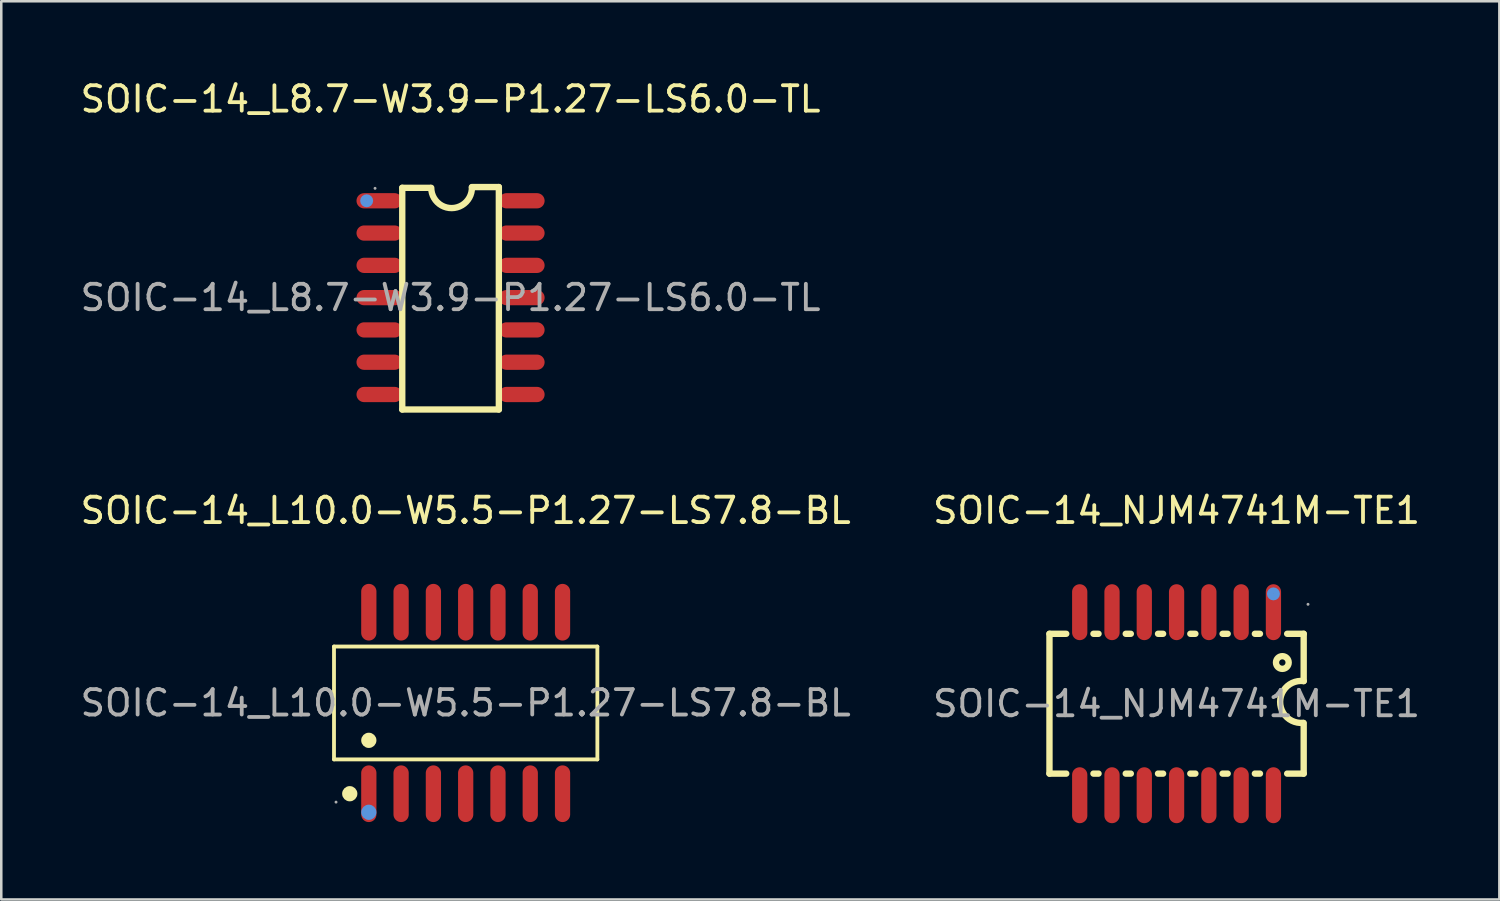
<source format=kicad_pcb>
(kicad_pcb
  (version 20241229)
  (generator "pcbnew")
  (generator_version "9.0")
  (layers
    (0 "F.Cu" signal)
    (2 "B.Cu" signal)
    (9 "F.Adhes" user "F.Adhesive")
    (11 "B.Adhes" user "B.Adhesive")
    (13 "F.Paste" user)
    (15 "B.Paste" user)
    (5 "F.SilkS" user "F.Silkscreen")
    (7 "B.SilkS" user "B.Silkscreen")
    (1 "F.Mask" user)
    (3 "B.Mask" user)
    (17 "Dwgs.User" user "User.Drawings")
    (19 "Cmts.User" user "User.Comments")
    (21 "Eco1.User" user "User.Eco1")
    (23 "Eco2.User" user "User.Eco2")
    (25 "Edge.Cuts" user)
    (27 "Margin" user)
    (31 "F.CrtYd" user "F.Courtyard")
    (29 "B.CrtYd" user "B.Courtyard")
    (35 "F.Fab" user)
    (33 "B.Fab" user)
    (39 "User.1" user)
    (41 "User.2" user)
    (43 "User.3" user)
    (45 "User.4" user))
  (footprint "SOIC-14_L10.0-W5.5-P1.27-LS7.8-BL"
    (layer "F.Cu")
    (at 15.268 24.602)
    (property "Reference" "SOIC-14_L10.0-W5.5-P1.27-LS7.8-BL" (at 0 -7.57 0) (layer "F.SilkS") (effects (font (size 1 1) (thickness 0.15))))
    (attr through_hole)
    (fp_line (start -5.18 -2.22) (end 5.18 -2.22) (stroke (width 0.15) (type solid)) (layer "F.SilkS"))
    (fp_line (start -5.18 2.22) (end -5.18 -2.22) (stroke (width 0.15) (type solid)) (layer "F.SilkS"))
    (fp_line (start 5.18 -2.22) (end 5.18 2.22) (stroke (width 0.15) (type solid)) (layer "F.SilkS"))
    (fp_line (start 5.18 2.22) (end -5.18 2.22) (stroke (width 0.15) (type solid)) (layer "F.SilkS"))
    (fp_circle (center -4.56 3.57) (end -4.41 3.57) (stroke (width 0.3) (type solid)) (fill no) (layer "F.SilkS"))
    (fp_circle (center -3.81 1.47) (end -3.66 1.47) (stroke (width 0.3) (type solid)) (fill no) (layer "F.SilkS"))
    (fp_circle (center -3.81 4.3) (end -3.66 4.3) (stroke (width 0.3) (type solid)) (fill no) (layer "Cmts.User"))
    (fp_circle (center -5.1 3.9) (end -5.07 3.9) (stroke (width 0.06) (type solid)) (fill no) (layer "F.Fab"))
    (fp_text user "${REFERENCE}" (at 0 0 0) (layer "F.Fab") (effects (font (size 1 1) (thickness 0.15))))
    (pad "1" smd oval (at -3.81 3.57) (size 0.6 2.23) (layers "F.Cu" "F.Mask" "F.Paste"))
    (pad "2" smd oval (at -2.54 3.57) (size 0.6 2.23) (layers "F.Cu" "F.Mask" "F.Paste"))
    (pad "3" smd oval (at -1.27 3.57) (size 0.6 2.23) (layers "F.Cu" "F.Mask" "F.Paste"))
    (pad "4" smd oval (at 0 3.57) (size 0.6 2.23) (layers "F.Cu" "F.Mask" "F.Paste"))
    (pad "5" smd oval (at 1.27 3.57) (size 0.6 2.23) (layers "F.Cu" "F.Mask" "F.Paste"))
    (pad "6" smd oval (at 2.54 3.57) (size 0.6 2.23) (layers "F.Cu" "F.Mask" "F.Paste"))
    (pad "7" smd oval (at 3.81 3.57) (size 0.6 2.23) (layers "F.Cu" "F.Mask" "F.Paste"))
    (pad "8" smd oval (at 3.81 -3.57) (size 0.6 2.23) (layers "F.Cu" "F.Mask" "F.Paste"))
    (pad "9" smd oval (at 2.54 -3.57) (size 0.6 2.23) (layers "F.Cu" "F.Mask" "F.Paste"))
    (pad "10" smd oval (at 1.27 -3.57) (size 0.6 2.23) (layers "F.Cu" "F.Mask" "F.Paste"))
    (pad "11" smd oval (at 0 -3.57) (size 0.6 2.23) (layers "F.Cu" "F.Mask" "F.Paste"))
    (pad "12" smd oval (at -1.27 -3.57) (size 0.6 2.23) (layers "F.Cu" "F.Mask" "F.Paste"))
    (pad "13" smd oval (at -2.54 -3.57) (size 0.6 2.23) (layers "F.Cu" "F.Mask" "F.Paste"))
    (pad "14" smd oval (at -3.81 -3.57) (size 0.6 2.23) (layers "F.Cu" "F.Mask" "F.Paste")))
  (footprint "SOIC-14_L8.7-W3.9-P1.27-LS6.0-TL"
    (layer "F.Cu")
    (at 14.673 8.658)
    (property "Reference" "SOIC-14_L8.7-W3.9-P1.27-LS6.0-TL" (at 0 -7.81 0) (layer "F.SilkS") (effects (font (size 1 1) (thickness 0.15))))
    (attr through_hole)
    (fp_line (start -1.9 -4.32) (end -0.81 -4.32) (stroke (width 0.25) (type solid)) (layer "F.SilkS"))
    (fp_line (start -1.9 4.4) (end -1.9 -4.32) (stroke (width 0.25) (type solid)) (layer "F.SilkS"))
    (fp_line (start 0.84 -4.35) (end 1.9 -4.35) (stroke (width 0.25) (type solid)) (layer "F.SilkS"))
    (fp_line (start 1.9 -4.35) (end 1.9 4.4) (stroke (width 0.25) (type solid)) (layer "F.SilkS"))
    (fp_line (start 1.9 4.4) (end -1.9 4.4) (stroke (width 0.25) (type solid)) (layer "F.SilkS"))
    (fp_arc (start 0.84 -4.34) (mid 0.05 -3.53) (end -0.76 -4.32) (stroke (width 0.25) (type solid)) (layer "F.SilkS"))
    (fp_circle (center -3.3 -3.81) (end -3.17 -3.81) (stroke (width 0.25) (type solid)) (fill no) (layer "Cmts.User"))
    (fp_circle (center -2.97 -4.3) (end -2.94 -4.3) (stroke (width 0.06) (type solid)) (fill no) (layer "F.Fab"))
    (fp_text user "${REFERENCE}" (at 0 0 0) (layer "F.Fab") (effects (font (size 1 1) (thickness 0.15))))
    (pad "1" smd oval (at -2.8 -3.81) (size 1.8 0.6) (layers "F.Cu" "F.Mask" "F.Paste"))
    (pad "2" smd oval (at -2.8 -2.54) (size 1.8 0.6) (layers "F.Cu" "F.Mask" "F.Paste"))
    (pad "3" smd oval (at -2.8 -1.27) (size 1.8 0.6) (layers "F.Cu" "F.Mask" "F.Paste"))
    (pad "4" smd oval (at -2.8 0) (size 1.8 0.6) (layers "F.Cu" "F.Mask" "F.Paste"))
    (pad "5" smd oval (at -2.8 1.27) (size 1.8 0.6) (layers "F.Cu" "F.Mask" "F.Paste"))
    (pad "6" smd oval (at -2.8 2.54) (size 1.8 0.6) (layers "F.Cu" "F.Mask" "F.Paste"))
    (pad "7" smd oval (at -2.8 3.81) (size 1.8 0.6) (layers "F.Cu" "F.Mask" "F.Paste"))
    (pad "8" smd oval (at 2.8 3.81) (size 1.8 0.6) (layers "F.Cu" "F.Mask" "F.Paste"))
    (pad "9" smd oval (at 2.8 2.54) (size 1.8 0.6) (layers "F.Cu" "F.Mask" "F.Paste"))
    (pad "10" smd oval (at 2.8 1.27) (size 1.8 0.6) (layers "F.Cu" "F.Mask" "F.Paste"))
    (pad "11" smd oval (at 2.8 0) (size 1.8 0.6) (layers "F.Cu" "F.Mask" "F.Paste"))
    (pad "12" smd oval (at 2.8 -1.27) (size 1.8 0.6) (layers "F.Cu" "F.Mask" "F.Paste"))
    (pad "13" smd oval (at 2.8 -2.54) (size 1.8 0.6) (layers "F.Cu" "F.Mask" "F.Paste"))
    (pad "14" smd oval (at 2.8 -3.81) (size 1.8 0.6) (layers "F.Cu" "F.Mask" "F.Paste")))
  (footprint "SOIC-14_NJM4741M-TE1"
    (layer "F.Cu")
    (at 43.232 24.631)
    (property "Reference" "SOIC-14_NJM4741M-TE1" (at 0 -7.6 0) (layer "F.SilkS") (effects (font (size 1 1) (thickness 0.15))))
    (attr through_hole)
    (fp_line (start -5 2.75) (end -5 -2.75) (stroke (width 0.25) (type solid)) (layer "F.SilkS"))
    (fp_line (start -4.34 -2.75) (end -5 -2.75) (stroke (width 0.25) (type solid)) (layer "F.SilkS"))
    (fp_line (start -4.34 2.75) (end -5 2.75) (stroke (width 0.25) (type solid)) (layer "F.SilkS"))
    (fp_line (start -3.07 -2.75) (end -3.27 -2.75) (stroke (width 0.25) (type solid)) (layer "F.SilkS"))
    (fp_line (start -3.07 2.75) (end -3.27 2.75) (stroke (width 0.25) (type solid)) (layer "F.SilkS"))
    (fp_line (start -1.8 -2.75) (end -2 -2.75) (stroke (width 0.25) (type solid)) (layer "F.SilkS"))
    (fp_line (start -1.8 2.75) (end -2 2.75) (stroke (width 0.25) (type solid)) (layer "F.SilkS"))
    (fp_line (start -0.53 -2.75) (end -0.73 -2.75) (stroke (width 0.25) (type solid)) (layer "F.SilkS"))
    (fp_line (start -0.53 2.75) (end -0.73 2.75) (stroke (width 0.25) (type solid)) (layer "F.SilkS"))
    (fp_line (start 0.74 -2.75) (end 0.54 -2.75) (stroke (width 0.25) (type solid)) (layer "F.SilkS"))
    (fp_line (start 0.74 2.75) (end 0.54 2.75) (stroke (width 0.25) (type solid)) (layer "F.SilkS"))
    (fp_line (start 2.01 -2.75) (end 1.81 -2.75) (stroke (width 0.25) (type solid)) (layer "F.SilkS"))
    (fp_line (start 2.01 2.75) (end 1.81 2.75) (stroke (width 0.25) (type solid)) (layer "F.SilkS"))
    (fp_line (start 3.28 -2.75) (end 3.08 -2.75) (stroke (width 0.25) (type solid)) (layer "F.SilkS"))
    (fp_line (start 3.28 2.75) (end 3.08 2.75) (stroke (width 0.25) (type solid)) (layer "F.SilkS"))
    (fp_line (start 5 -2.75) (end 4.35 -2.75) (stroke (width 0.25) (type solid)) (layer "F.SilkS"))
    (fp_line (start 5 -2.75) (end 5 -0.89) (stroke (width 0.25) (type solid)) (layer "F.SilkS"))
    (fp_line (start 5 2.75) (end 4.35 2.75) (stroke (width 0.25) (type solid)) (layer "F.SilkS"))
    (fp_line (start 5 2.75) (end 5 0.76) (stroke (width 0.25) (type solid)) (layer "F.SilkS"))
    (fp_arc (start 4.980999 0.752094) (mid 4.073981 -0.079558) (end 5 -0.89) (stroke (width 0.25) (type solid)) (layer "F.SilkS"))
    (fp_circle (center 4.16 -1.62) (end 4.41 -1.62) (stroke (width 0.25) (type solid)) (fill no) (layer "F.SilkS"))
    (fp_circle (center 3.81 -4.32) (end 3.94 -4.32) (stroke (width 0.25) (type solid)) (fill no) (layer "Cmts.User"))
    (fp_circle (center 5.17 -3.91) (end 5.2 -3.91) (stroke (width 0.06) (type solid)) (fill no) (layer "F.Fab"))
    (fp_text user "${REFERENCE}" (at 0 0 0) (layer "F.Fab") (effects (font (size 1 1) (thickness 0.15))))
    (pad "1" smd oval (at 3.81 -3.6 180) (size 0.6 2.2) (layers "F.Cu" "F.Mask" "F.Paste"))
    (pad "2" smd oval (at 2.54 -3.6 180) (size 0.6 2.2) (layers "F.Cu" "F.Mask" "F.Paste"))
    (pad "3" smd oval (at 1.27 -3.6 180) (size 0.6 2.2) (layers "F.Cu" "F.Mask" "F.Paste"))
    (pad "4" smd oval (at 0 -3.6 180) (size 0.6 2.2) (layers "F.Cu" "F.Mask" "F.Paste"))
    (pad "5" smd oval (at -1.27 -3.6 180) (size 0.6 2.2) (layers "F.Cu" "F.Mask" "F.Paste"))
    (pad "6" smd oval (at -2.54 -3.6 180) (size 0.6 2.2) (layers "F.Cu" "F.Mask" "F.Paste"))
    (pad "7" smd oval (at -3.81 -3.6 180) (size 0.6 2.2) (layers "F.Cu" "F.Mask" "F.Paste"))
    (pad "8" smd oval (at -3.81 3.6) (size 0.6 2.2) (layers "F.Cu" "F.Mask" "F.Paste"))
    (pad "9" smd oval (at -2.54 3.6) (size 0.6 2.2) (layers "F.Cu" "F.Mask" "F.Paste"))
    (pad "10" smd oval (at -1.27 3.6) (size 0.6 2.2) (layers "F.Cu" "F.Mask" "F.Paste"))
    (pad "11" smd oval (at 0 3.6) (size 0.6 2.2) (layers "F.Cu" "F.Mask" "F.Paste"))
    (pad "12" smd oval (at 1.27 3.6) (size 0.6 2.2) (layers "F.Cu" "F.Mask" "F.Paste"))
    (pad "13" smd oval (at 2.54 3.6) (size 0.6 2.2) (layers "F.Cu" "F.Mask" "F.Paste"))
    (pad "14" smd oval (at 3.81 3.6) (size 0.6 2.2) (layers "F.Cu" "F.Mask" "F.Paste")))
  (gr_rect
    (start -3 -3)
    (end 55.929 32.331)
    (stroke (width 0.1) (type default))
    (fill no)
    (layer "Edge.Cuts")))
</source>
